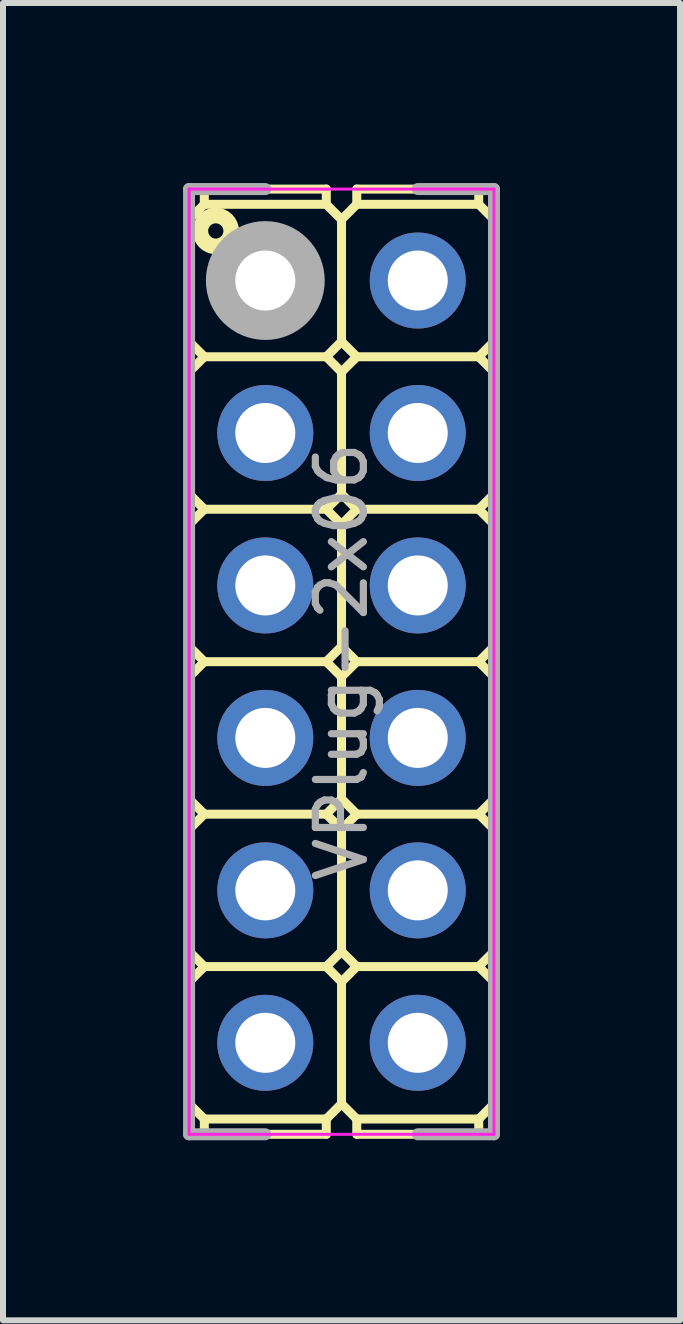
<source format=kicad_pcb>
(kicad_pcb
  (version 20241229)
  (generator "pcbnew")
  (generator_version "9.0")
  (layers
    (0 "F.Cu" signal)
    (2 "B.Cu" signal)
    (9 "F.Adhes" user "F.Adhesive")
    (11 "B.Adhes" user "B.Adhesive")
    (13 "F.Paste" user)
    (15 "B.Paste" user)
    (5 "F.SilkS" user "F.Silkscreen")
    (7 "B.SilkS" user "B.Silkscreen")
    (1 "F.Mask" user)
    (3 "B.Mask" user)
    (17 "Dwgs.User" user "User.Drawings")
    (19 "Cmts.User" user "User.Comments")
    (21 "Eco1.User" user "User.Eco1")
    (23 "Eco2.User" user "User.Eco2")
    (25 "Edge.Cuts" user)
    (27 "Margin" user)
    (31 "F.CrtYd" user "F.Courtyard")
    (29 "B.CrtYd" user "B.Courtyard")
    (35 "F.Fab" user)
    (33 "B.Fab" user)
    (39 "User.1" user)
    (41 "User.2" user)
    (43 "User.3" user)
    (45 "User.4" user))
  (footprint "VPlug-2x06"
    (layer "F.Cu")
    (at 2.64 7.974)
    (property "Reference" "VPlug-2x06" (at 0 0 270) (layer "F.Fab") (effects (font (size 0.8 0.8) (thickness 0.12))))
    (attr through_hole)
    (fp_line (start -2.54 -7.366) (end -2.54 -5.334) (stroke (width 0.15) (type solid)) (layer "F.SilkS"))
    (fp_line (start -2.54 -7.366) (end -2.286 -7.62) (stroke (width 0.15) (type solid)) (layer "F.SilkS"))
    (fp_line (start -2.54 -5.334) (end -2.286 -5.08) (stroke (width 0.15) (type solid)) (layer "F.SilkS"))
    (fp_line (start -2.54 -4.826) (end -2.54 -2.794) (stroke (width 0.15) (type solid)) (layer "F.SilkS"))
    (fp_line (start -2.54 -2.794) (end -2.286 -2.54) (stroke (width 0.15) (type solid)) (layer "F.SilkS"))
    (fp_line (start -2.54 -2.286) (end -2.54 -0.254) (stroke (width 0.15) (type solid)) (layer "F.SilkS"))
    (fp_line (start -2.54 -0.254) (end -2.286 0) (stroke (width 0.15) (type solid)) (layer "F.SilkS"))
    (fp_line (start -2.54 0.254) (end -2.54 2.286) (stroke (width 0.15) (type solid)) (layer "F.SilkS"))
    (fp_line (start -2.54 2.286) (end -2.286 2.54) (stroke (width 0.15) (type solid)) (layer "F.SilkS"))
    (fp_line (start -2.54 2.794) (end -2.54 4.826) (stroke (width 0.15) (type solid)) (layer "F.SilkS"))
    (fp_line (start -2.54 4.826) (end -2.286 5.08) (stroke (width 0.15) (type solid)) (layer "F.SilkS"))
    (fp_line (start -2.54 5.334) (end -2.54 7.366) (stroke (width 0.15) (type solid)) (layer "F.SilkS"))
    (fp_line (start -2.54 7.366) (end -2.286 7.62) (stroke (width 0.15) (type solid)) (layer "F.SilkS"))
    (fp_line (start -2.286 -7.874) (end -0.254 -7.874) (stroke (width 0.15) (type solid)) (layer "F.SilkS"))
    (fp_line (start -2.286 -7.62) (end -2.286 -7.874) (stroke (width 0.15) (type solid)) (layer "F.SilkS"))
    (fp_line (start -2.286 -7.62) (end -0.254 -7.62) (stroke (width 0.15) (type solid)) (layer "F.SilkS"))
    (fp_line (start -2.286 -5.08) (end -2.54 -4.826) (stroke (width 0.15) (type solid)) (layer "F.SilkS"))
    (fp_line (start -2.286 -2.54) (end -2.54 -2.286) (stroke (width 0.15) (type solid)) (layer "F.SilkS"))
    (fp_line (start -2.286 -2.54) (end -0.254 -2.54) (stroke (width 0.15) (type solid)) (layer "F.SilkS"))
    (fp_line (start -2.286 0) (end -2.54 0.254) (stroke (width 0.15) (type solid)) (layer "F.SilkS"))
    (fp_line (start -2.286 2.54) (end -2.54 2.794) (stroke (width 0.15) (type solid)) (layer "F.SilkS"))
    (fp_line (start -2.286 5.08) (end -2.54 5.334) (stroke (width 0.15) (type solid)) (layer "F.SilkS"))
    (fp_line (start -2.286 7.62) (end -2.286 7.874) (stroke (width 0.15) (type solid)) (layer "F.SilkS"))
    (fp_line (start -2.286 7.874) (end -0.254 7.874) (stroke (width 0.15) (type solid)) (layer "F.SilkS"))
    (fp_line (start -0.254 -7.874) (end -0.254 -7.62) (stroke (width 0.15) (type solid)) (layer "F.SilkS"))
    (fp_line (start -0.254 -7.62) (end 0 -7.366) (stroke (width 0.15) (type solid)) (layer "F.SilkS"))
    (fp_line (start -0.254 -5.08) (end -2.286 -5.08) (stroke (width 0.15) (type solid)) (layer "F.SilkS"))
    (fp_line (start -0.254 -2.54) (end 0 -2.794) (stroke (width 0.15) (type solid)) (layer "F.SilkS"))
    (fp_line (start -0.254 0) (end -2.286 0) (stroke (width 0.15) (type solid)) (layer "F.SilkS"))
    (fp_line (start -0.254 0) (end 0 -0.254) (stroke (width 0.15) (type solid)) (layer "F.SilkS"))
    (fp_line (start -0.254 2.54) (end -2.286 2.54) (stroke (width 0.15) (type solid)) (layer "F.SilkS"))
    (fp_line (start -0.254 2.54) (end 0 2.286) (stroke (width 0.15) (type solid)) (layer "F.SilkS"))
    (fp_line (start -0.254 5.08) (end -2.286 5.08) (stroke (width 0.15) (type solid)) (layer "F.SilkS"))
    (fp_line (start -0.254 5.08) (end 0 4.826) (stroke (width 0.15) (type solid)) (layer "F.SilkS"))
    (fp_line (start -0.254 7.62) (end -2.286 7.62) (stroke (width 0.15) (type solid)) (layer "F.SilkS"))
    (fp_line (start -0.254 7.62) (end 0 7.366) (stroke (width 0.15) (type solid)) (layer "F.SilkS"))
    (fp_line (start -0.254 7.874) (end -0.254 7.62) (stroke (width 0.15) (type solid)) (layer "F.SilkS"))
    (fp_line (start 0 -7.366) (end 0 -5.334) (stroke (width 0.15) (type solid)) (layer "F.SilkS"))
    (fp_line (start 0 -7.366) (end 0.254 -7.62) (stroke (width 0.15) (type solid)) (layer "F.SilkS"))
    (fp_line (start 0 -5.334) (end -0.254 -5.08) (stroke (width 0.15) (type solid)) (layer "F.SilkS"))
    (fp_line (start 0 -5.334) (end 0.254 -5.08) (stroke (width 0.15) (type solid)) (layer "F.SilkS"))
    (fp_line (start 0 -4.826) (end -0.254 -5.08) (stroke (width 0.15) (type solid)) (layer "F.SilkS"))
    (fp_line (start 0 -2.794) (end 0 -4.826) (stroke (width 0.15) (type solid)) (layer "F.SilkS"))
    (fp_line (start 0 -2.794) (end 0.254 -2.54) (stroke (width 0.15) (type solid)) (layer "F.SilkS"))
    (fp_line (start 0 -2.286) (end -0.254 -2.54) (stroke (width 0.15) (type solid)) (layer "F.SilkS"))
    (fp_line (start 0 -0.254) (end 0 -2.286) (stroke (width 0.15) (type solid)) (layer "F.SilkS"))
    (fp_line (start 0 -0.254) (end 0.254 0) (stroke (width 0.15) (type solid)) (layer "F.SilkS"))
    (fp_line (start 0 0.254) (end -0.254 0) (stroke (width 0.15) (type solid)) (layer "F.SilkS"))
    (fp_line (start 0 2.286) (end 0 0.254) (stroke (width 0.15) (type solid)) (layer "F.SilkS"))
    (fp_line (start 0 2.286) (end 0.254 2.54) (stroke (width 0.15) (type solid)) (layer "F.SilkS"))
    (fp_line (start 0 2.794) (end -0.254 2.54) (stroke (width 0.15) (type solid)) (layer "F.SilkS"))
    (fp_line (start 0 4.826) (end 0 2.794) (stroke (width 0.15) (type solid)) (layer "F.SilkS"))
    (fp_line (start 0 4.826) (end 0.254 5.08) (stroke (width 0.15) (type solid)) (layer "F.SilkS"))
    (fp_line (start 0 5.334) (end -0.254 5.08) (stroke (width 0.15) (type solid)) (layer "F.SilkS"))
    (fp_line (start 0 7.366) (end 0 5.334) (stroke (width 0.15) (type solid)) (layer "F.SilkS"))
    (fp_line (start 0 7.366) (end 0.254 7.62) (stroke (width 0.15) (type solid)) (layer "F.SilkS"))
    (fp_line (start 0.254 -7.874) (end 2.286 -7.874) (stroke (width 0.15) (type solid)) (layer "F.SilkS"))
    (fp_line (start 0.254 -7.62) (end 0.254 -7.874) (stroke (width 0.15) (type solid)) (layer "F.SilkS"))
    (fp_line (start 0.254 -7.62) (end 2.286 -7.62) (stroke (width 0.15) (type solid)) (layer "F.SilkS"))
    (fp_line (start 0.254 -5.08) (end 0 -4.826) (stroke (width 0.15) (type solid)) (layer "F.SilkS"))
    (fp_line (start 0.254 -2.54) (end 0 -2.286) (stroke (width 0.15) (type solid)) (layer "F.SilkS"))
    (fp_line (start 0.254 -2.54) (end 2.286 -2.54) (stroke (width 0.15) (type solid)) (layer "F.SilkS"))
    (fp_line (start 0.254 0) (end 0 0.254) (stroke (width 0.15) (type solid)) (layer "F.SilkS"))
    (fp_line (start 0.254 2.54) (end 0 2.794) (stroke (width 0.15) (type solid)) (layer "F.SilkS"))
    (fp_line (start 0.254 5.08) (end 0 5.334) (stroke (width 0.15) (type solid)) (layer "F.SilkS"))
    (fp_line (start 0.254 7.62) (end 0.254 7.874) (stroke (width 0.15) (type solid)) (layer "F.SilkS"))
    (fp_line (start 0.254 7.874) (end 2.286 7.874) (stroke (width 0.15) (type solid)) (layer "F.SilkS"))
    (fp_line (start 2.286 -7.874) (end 2.286 -7.62) (stroke (width 0.15) (type solid)) (layer "F.SilkS"))
    (fp_line (start 2.286 -7.62) (end 2.54 -7.366) (stroke (width 0.15) (type solid)) (layer "F.SilkS"))
    (fp_line (start 2.286 -5.08) (end 0.254 -5.08) (stroke (width 0.15) (type solid)) (layer "F.SilkS"))
    (fp_line (start 2.286 -2.54) (end 2.54 -2.794) (stroke (width 0.15) (type solid)) (layer "F.SilkS"))
    (fp_line (start 2.286 0) (end 0.254 0) (stroke (width 0.15) (type solid)) (layer "F.SilkS"))
    (fp_line (start 2.286 0) (end 2.54 -0.254) (stroke (width 0.15) (type solid)) (layer "F.SilkS"))
    (fp_line (start 2.286 2.54) (end 0.254 2.54) (stroke (width 0.15) (type solid)) (layer "F.SilkS"))
    (fp_line (start 2.286 2.54) (end 2.54 2.286) (stroke (width 0.15) (type solid)) (layer "F.SilkS"))
    (fp_line (start 2.286 5.08) (end 0.254 5.08) (stroke (width 0.15) (type solid)) (layer "F.SilkS"))
    (fp_line (start 2.286 5.08) (end 2.54 4.826) (stroke (width 0.15) (type solid)) (layer "F.SilkS"))
    (fp_line (start 2.286 7.62) (end 0.254 7.62) (stroke (width 0.15) (type solid)) (layer "F.SilkS"))
    (fp_line (start 2.286 7.62) (end 2.54 7.366) (stroke (width 0.15) (type solid)) (layer "F.SilkS"))
    (fp_line (start 2.286 7.874) (end 2.286 7.62) (stroke (width 0.15) (type solid)) (layer "F.SilkS"))
    (fp_line (start 2.54 -7.366) (end 2.54 -5.334) (stroke (width 0.15) (type solid)) (layer "F.SilkS"))
    (fp_line (start 2.54 -5.334) (end 2.286 -5.08) (stroke (width 0.15) (type solid)) (layer "F.SilkS"))
    (fp_line (start 2.54 -4.826) (end 2.286 -5.08) (stroke (width 0.15) (type solid)) (layer "F.SilkS"))
    (fp_line (start 2.54 -2.794) (end 2.54 -4.826) (stroke (width 0.15) (type solid)) (layer "F.SilkS"))
    (fp_line (start 2.54 -2.286) (end 2.286 -2.54) (stroke (width 0.15) (type solid)) (layer "F.SilkS"))
    (fp_line (start 2.54 -0.254) (end 2.54 -2.286) (stroke (width 0.15) (type solid)) (layer "F.SilkS"))
    (fp_line (start 2.54 0.254) (end 2.286 0) (stroke (width 0.15) (type solid)) (layer "F.SilkS"))
    (fp_line (start 2.54 2.286) (end 2.54 0.254) (stroke (width 0.15) (type solid)) (layer "F.SilkS"))
    (fp_line (start 2.54 2.794) (end 2.286 2.54) (stroke (width 0.15) (type solid)) (layer "F.SilkS"))
    (fp_line (start 2.54 4.826) (end 2.54 2.794) (stroke (width 0.15) (type solid)) (layer "F.SilkS"))
    (fp_line (start 2.54 5.334) (end 2.286 5.08) (stroke (width 0.15) (type solid)) (layer "F.SilkS"))
    (fp_line (start 2.54 7.366) (end 2.54 5.334) (stroke (width 0.15) (type solid)) (layer "F.SilkS"))
    (fp_circle (center -2.095 -7.176) (end -1.968 -7.176) (stroke (width 0.26) (type solid)) (fill no) (layer "F.SilkS"))
    (fp_line (start -2.54 -7.874) (end 2.54 -7.874) (stroke (width 0.05) (type solid)) (layer "F.CrtYd"))
    (fp_line (start -2.54 7.874) (end -2.54 -7.874) (stroke (width 0.05) (type solid)) (layer "F.CrtYd"))
    (fp_line (start 2.54 -7.874) (end 2.54 7.874) (stroke (width 0.05) (type solid)) (layer "F.CrtYd"))
    (fp_line (start 2.54 7.874) (end -2.54 7.874) (stroke (width 0.05) (type solid)) (layer "F.CrtYd"))
    (fp_line (start -2.54 -7.874) (end -2.54 7.874) (stroke (width 0.2) (type solid)) (layer "F.Fab"))
    (fp_line (start -2.54 -7.874) (end -1.27 -7.874) (stroke (width 0.2) (type solid)) (layer "F.Fab"))
    (fp_line (start -2.54 7.874) (end -1.27 7.874) (stroke (width 0.2) (type solid)) (layer "F.Fab"))
    (fp_line (start 1.27 -7.874) (end 2.54 -7.874) (stroke (width 0.2) (type solid)) (layer "F.Fab"))
    (fp_line (start 1.27 7.874) (end 2.54 7.874) (stroke (width 0.2) (type solid)) (layer "F.Fab"))
    (fp_line (start 2.54 7.874) (end 2.54 -7.874) (stroke (width 0.2) (type solid)) (layer "F.Fab"))
    (fp_circle (center -1.27 -6.35) (end -1.27 -6.16) (stroke (width 0.8) (type solid)) (fill no) (layer "F.Fab"))
    (pad "1" thru_hole circle (at -1.27 -6.35) (size 1.6 1.6) (drill 1) (layers "*.Cu" "*.Mask"))
    (pad "2" thru_hole circle (at 1.27 -6.35) (size 1.6 1.6) (drill 1) (layers "*.Cu" "*.Mask"))
    (pad "3" thru_hole circle (at -1.27 -3.81) (size 1.6 1.6) (drill 1) (layers "*.Cu" "*.Mask"))
    (pad "4" thru_hole circle (at 1.27 -3.81) (size 1.6 1.6) (drill 1) (layers "*.Cu" "*.Mask"))
    (pad "5" thru_hole circle (at -1.27 -1.27) (size 1.6 1.6) (drill 1) (layers "*.Cu" "*.Mask"))
    (pad "6" thru_hole circle (at 1.27 -1.27) (size 1.6 1.6) (drill 1) (layers "*.Cu" "*.Mask"))
    (pad "7" thru_hole circle (at -1.27 1.27) (size 1.6 1.6) (drill 1) (layers "*.Cu" "*.Mask"))
    (pad "8" thru_hole circle (at 1.27 1.27) (size 1.6 1.6) (drill 1) (layers "*.Cu" "*.Mask"))
    (pad "9" thru_hole circle (at -1.27 3.81) (size 1.6 1.6) (drill 1) (layers "*.Cu" "*.Mask"))
    (pad "10" thru_hole circle (at 1.27 3.81) (size 1.6 1.6) (drill 1) (layers "*.Cu" "*.Mask"))
    (pad "11" thru_hole circle (at -1.27 6.35) (size 1.6 1.6) (drill 1) (layers "*.Cu" "*.Mask"))
    (pad "12" thru_hole circle (at 1.27 6.35) (size 1.6 1.6) (drill 1) (layers "*.Cu" "*.Mask")))
  (gr_rect
    (start -3 -3)
    (end 8.28 18.948)
    (stroke (width 0.1) (type default))
    (fill no)
    (layer "Edge.Cuts")))
</source>
